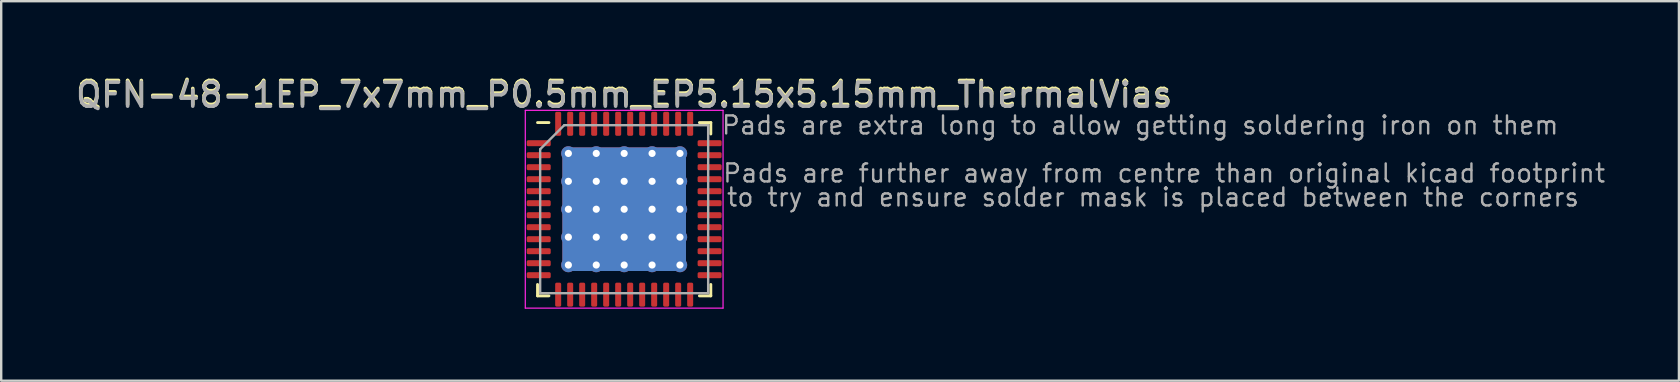
<source format=kicad_pcb>
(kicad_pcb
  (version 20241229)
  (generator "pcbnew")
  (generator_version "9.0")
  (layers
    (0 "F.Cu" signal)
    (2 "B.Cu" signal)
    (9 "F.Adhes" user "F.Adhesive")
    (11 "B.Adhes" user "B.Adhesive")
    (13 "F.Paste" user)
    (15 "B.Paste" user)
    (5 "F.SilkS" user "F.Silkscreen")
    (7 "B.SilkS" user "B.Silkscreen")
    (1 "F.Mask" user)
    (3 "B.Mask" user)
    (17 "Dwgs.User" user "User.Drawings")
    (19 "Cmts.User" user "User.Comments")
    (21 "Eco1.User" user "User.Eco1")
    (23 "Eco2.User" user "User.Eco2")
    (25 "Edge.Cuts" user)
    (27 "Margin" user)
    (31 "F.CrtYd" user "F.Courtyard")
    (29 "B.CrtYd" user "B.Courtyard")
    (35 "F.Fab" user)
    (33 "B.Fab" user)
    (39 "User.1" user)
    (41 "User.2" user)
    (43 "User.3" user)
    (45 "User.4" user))
  (footprint "QFN-48-1EP_7x7mm_P0.5mm_EP5.15x5.15mm_ThermalVias"
    (layer "F.Cu")
    (at 22.958 5.668)
    (property "Reference" "QFN-48-1EP_7x7mm_P0.5mm_EP5.15x5.15mm_ThermalVias" (at 0 -4.82 0) (layer "F.SilkS") (effects (font (size 1 1) (thickness 0.15))))
    (attr smd)
    (fp_line (start -3.61 3.61) (end -3.61 3.135) (stroke (width 0.12) (type solid)) (layer "F.SilkS"))
    (fp_line (start -3.135 -3.61) (end -3.61 -3.61) (stroke (width 0.12) (type solid)) (layer "F.SilkS"))
    (fp_line (start -3.135 3.61) (end -3.61 3.61) (stroke (width 0.12) (type solid)) (layer "F.SilkS"))
    (fp_line (start 3.135 -3.61) (end 3.61 -3.61) (stroke (width 0.12) (type solid)) (layer "F.SilkS"))
    (fp_line (start 3.135 3.61) (end 3.61 3.61) (stroke (width 0.12) (type solid)) (layer "F.SilkS"))
    (fp_line (start 3.61 -3.61) (end 3.61 -3.135) (stroke (width 0.12) (type solid)) (layer "F.SilkS"))
    (fp_line (start 3.61 3.61) (end 3.61 3.135) (stroke (width 0.12) (type solid)) (layer "F.SilkS"))
    (fp_line (start -4.12 -4.12) (end -4.12 4.12) (stroke (width 0.05) (type solid)) (layer "F.CrtYd"))
    (fp_line (start -4.12 4.12) (end 4.12 4.12) (stroke (width 0.05) (type solid)) (layer "F.CrtYd"))
    (fp_line (start 4.12 -4.12) (end -4.12 -4.12) (stroke (width 0.05) (type solid)) (layer "F.CrtYd"))
    (fp_line (start 4.12 4.12) (end 4.12 -4.12) (stroke (width 0.05) (type solid)) (layer "F.CrtYd"))
    (fp_line (start -3.5 -2.5) (end -2.5 -3.5) (stroke (width 0.1) (type solid)) (layer "F.Fab"))
    (fp_line (start -3.5 3.5) (end -3.5 -2.5) (stroke (width 0.1) (type solid)) (layer "F.Fab"))
    (fp_line (start -2.5 -3.5) (end 3.5 -3.5) (stroke (width 0.1) (type solid)) (layer "F.Fab"))
    (fp_line (start 3.5 -3.5) (end 3.5 3.5) (stroke (width 0.1) (type solid)) (layer "F.Fab"))
    (fp_line (start 3.5 3.5) (end -3.5 3.5) (stroke (width 0.1) (type solid)) (layer "F.Fab"))
    (fp_text user "Pads are extra long to allow getting soldering iron on them" (at 21.5 -3.5 0) (layer "F.Fab") (effects (font (size 0.75 0.75) (thickness 0.1))))
    (fp_text user "Pads are further away from centre than original kicad footprint" (at 22.5 -1.5 0) (layer "F.Fab") (effects (font (size 0.75 0.75) (thickness 0.1))))
    (fp_text user " to try and ensure solder mask is placed between the corners" (at 21.75 -0.5 0) (layer "F.Fab") (effects (font (size 0.75 0.75) (thickness 0.1))))
    (fp_text user "${REFERENCE}" (at 0 -4.75 0) (layer "F.Fab") (effects (font (size 1 1) (thickness 0.15))))
    (pad "" smd roundrect (at -1.744 -1.744) (size 0.997 0.997) (layers "F.Paste") (roundrect_rratio 0.25))
    (pad "" smd roundrect (at -1.744 -0.581) (size 0.997 0.997) (layers "F.Paste") (roundrect_rratio 0.25))
    (pad "" smd roundrect (at -1.744 0.581) (size 0.997 0.997) (layers "F.Paste") (roundrect_rratio 0.25))
    (pad "" smd roundrect (at -1.744 1.744) (size 0.997 0.997) (layers "F.Paste") (roundrect_rratio 0.25))
    (pad "" smd roundrect (at -0.581 -1.744) (size 0.997 0.997) (layers "F.Paste") (roundrect_rratio 0.25))
    (pad "" smd roundrect (at -0.581 -0.581) (size 0.997 0.997) (layers "F.Paste") (roundrect_rratio 0.25))
    (pad "" smd roundrect (at -0.581 0.581) (size 0.997 0.997) (layers "F.Paste") (roundrect_rratio 0.25))
    (pad "" smd roundrect (at -0.581 1.744) (size 0.997 0.997) (layers "F.Paste") (roundrect_rratio 0.25))
    (pad "" smd roundrect (at 0.581 -1.744) (size 0.997 0.997) (layers "F.Paste") (roundrect_rratio 0.25))
    (pad "" smd roundrect (at 0.581 -0.581) (size 0.997 0.997) (layers "F.Paste") (roundrect_rratio 0.25))
    (pad "" smd roundrect (at 0.581 0.581) (size 0.997 0.997) (layers "F.Paste") (roundrect_rratio 0.25))
    (pad "" smd roundrect (at 0.581 1.744) (size 0.997 0.997) (layers "F.Paste") (roundrect_rratio 0.25))
    (pad "" smd roundrect (at 1.744 -1.744) (size 0.997 0.997) (layers "F.Paste") (roundrect_rratio 0.25))
    (pad "" smd roundrect (at 1.744 -0.581) (size 0.997 0.997) (layers "F.Paste") (roundrect_rratio 0.25))
    (pad "" smd roundrect (at 1.744 0.581) (size 0.997 0.997) (layers "F.Paste") (roundrect_rratio 0.25))
    (pad "" smd roundrect (at 1.744 1.744) (size 0.997 0.997) (layers "F.Paste") (roundrect_rratio 0.25))
    (pad "1" smd roundrect (at -3.56 -2.75) (size 1 0.25) (layers "F.Cu" "F.Mask" "F.Paste") (roundrect_rratio 0.25))
    (pad "2" smd roundrect (at -3.56 -2.25) (size 1 0.25) (layers "F.Cu" "F.Mask" "F.Paste") (roundrect_rratio 0.25))
    (pad "3" smd roundrect (at -3.56 -1.75) (size 1 0.25) (layers "F.Cu" "F.Mask" "F.Paste") (roundrect_rratio 0.25))
    (pad "4" smd roundrect (at -3.56 -1.25) (size 1 0.25) (layers "F.Cu" "F.Mask" "F.Paste") (roundrect_rratio 0.25))
    (pad "5" smd roundrect (at -3.56 -0.75) (size 1 0.25) (layers "F.Cu" "F.Mask" "F.Paste") (roundrect_rratio 0.25))
    (pad "6" smd roundrect (at -3.56 -0.25) (size 1 0.25) (layers "F.Cu" "F.Mask" "F.Paste") (roundrect_rratio 0.25))
    (pad "7" smd roundrect (at -3.56 0.25) (size 1 0.25) (layers "F.Cu" "F.Mask" "F.Paste") (roundrect_rratio 0.25))
    (pad "8" smd roundrect (at -3.56 0.75) (size 1 0.25) (layers "F.Cu" "F.Mask" "F.Paste") (roundrect_rratio 0.25))
    (pad "9" smd roundrect (at -3.56 1.25) (size 1 0.25) (layers "F.Cu" "F.Mask" "F.Paste") (roundrect_rratio 0.25))
    (pad "10" smd roundrect (at -3.56 1.75) (size 1 0.25) (layers "F.Cu" "F.Mask" "F.Paste") (roundrect_rratio 0.25))
    (pad "11" smd roundrect (at -3.56 2.25) (size 1 0.25) (layers "F.Cu" "F.Mask" "F.Paste") (roundrect_rratio 0.25))
    (pad "12" smd roundrect (at -3.56 2.75) (size 1 0.25) (layers "F.Cu" "F.Mask" "F.Paste") (roundrect_rratio 0.25))
    (pad "13" smd roundrect (at -2.75 3.56) (size 0.25 1) (layers "F.Cu" "F.Mask" "F.Paste") (roundrect_rratio 0.25))
    (pad "14" smd roundrect (at -2.25 3.56) (size 0.25 1) (layers "F.Cu" "F.Mask" "F.Paste") (roundrect_rratio 0.25))
    (pad "15" smd roundrect (at -1.75 3.56) (size 0.25 1) (layers "F.Cu" "F.Mask" "F.Paste") (roundrect_rratio 0.25))
    (pad "16" smd roundrect (at -1.25 3.56) (size 0.25 1) (layers "F.Cu" "F.Mask" "F.Paste") (roundrect_rratio 0.25))
    (pad "17" smd roundrect (at -0.75 3.56) (size 0.25 1) (layers "F.Cu" "F.Mask" "F.Paste") (roundrect_rratio 0.25))
    (pad "18" smd roundrect (at -0.25 3.56) (size 0.25 1) (layers "F.Cu" "F.Mask" "F.Paste") (roundrect_rratio 0.25))
    (pad "19" smd roundrect (at 0.25 3.56) (size 0.25 1) (layers "F.Cu" "F.Mask" "F.Paste") (roundrect_rratio 0.25))
    (pad "20" smd roundrect (at 0.75 3.56) (size 0.25 1) (layers "F.Cu" "F.Mask" "F.Paste") (roundrect_rratio 0.25))
    (pad "21" smd roundrect (at 1.25 3.56) (size 0.25 1) (layers "F.Cu" "F.Mask" "F.Paste") (roundrect_rratio 0.25))
    (pad "22" smd roundrect (at 1.75 3.56) (size 0.25 1) (layers "F.Cu" "F.Mask" "F.Paste") (roundrect_rratio 0.25))
    (pad "23" smd roundrect (at 2.25 3.56) (size 0.25 1) (layers "F.Cu" "F.Mask" "F.Paste") (roundrect_rratio 0.25))
    (pad "24" smd roundrect (at 2.75 3.56) (size 0.25 1) (layers "F.Cu" "F.Mask" "F.Paste") (roundrect_rratio 0.25))
    (pad "25" smd roundrect (at 3.56 2.75) (size 1 0.25) (layers "F.Cu" "F.Mask" "F.Paste") (roundrect_rratio 0.25))
    (pad "26" smd roundrect (at 3.56 2.25) (size 1 0.25) (layers "F.Cu" "F.Mask" "F.Paste") (roundrect_rratio 0.25))
    (pad "27" smd roundrect (at 3.56 1.75) (size 1 0.25) (layers "F.Cu" "F.Mask" "F.Paste") (roundrect_rratio 0.25))
    (pad "28" smd roundrect (at 3.56 1.25) (size 1 0.25) (layers "F.Cu" "F.Mask" "F.Paste") (roundrect_rratio 0.25))
    (pad "29" smd roundrect (at 3.56 0.75) (size 1 0.25) (layers "F.Cu" "F.Mask" "F.Paste") (roundrect_rratio 0.25))
    (pad "30" smd roundrect (at 3.56 0.25) (size 1 0.25) (layers "F.Cu" "F.Mask" "F.Paste") (roundrect_rratio 0.25))
    (pad "31" smd roundrect (at 3.56 -0.25) (size 1 0.25) (layers "F.Cu" "F.Mask" "F.Paste") (roundrect_rratio 0.25))
    (pad "32" smd roundrect (at 3.56 -0.75) (size 1 0.25) (layers "F.Cu" "F.Mask" "F.Paste") (roundrect_rratio 0.25))
    (pad "33" smd roundrect (at 3.56 -1.25) (size 1 0.25) (layers "F.Cu" "F.Mask" "F.Paste") (roundrect_rratio 0.25))
    (pad "34" smd roundrect (at 3.56 -1.75) (size 1 0.25) (layers "F.Cu" "F.Mask" "F.Paste") (roundrect_rratio 0.25))
    (pad "35" smd roundrect (at 3.56 -2.25) (size 1 0.25) (layers "F.Cu" "F.Mask" "F.Paste") (roundrect_rratio 0.25))
    (pad "36" smd roundrect (at 3.56 -2.75) (size 1 0.25) (layers "F.Cu" "F.Mask" "F.Paste") (roundrect_rratio 0.25))
    (pad "37" smd roundrect (at 2.75 -3.56) (size 0.25 1) (layers "F.Cu" "F.Mask" "F.Paste") (roundrect_rratio 0.25))
    (pad "38" smd roundrect (at 2.25 -3.56) (size 0.25 1) (layers "F.Cu" "F.Mask" "F.Paste") (roundrect_rratio 0.25))
    (pad "39" smd roundrect (at 1.75 -3.56) (size 0.25 1) (layers "F.Cu" "F.Mask" "F.Paste") (roundrect_rratio 0.25))
    (pad "40" smd roundrect (at 1.25 -3.56) (size 0.25 1) (layers "F.Cu" "F.Mask" "F.Paste") (roundrect_rratio 0.25))
    (pad "41" smd roundrect (at 0.75 -3.56) (size 0.25 1) (layers "F.Cu" "F.Mask" "F.Paste") (roundrect_rratio 0.25))
    (pad "42" smd roundrect (at 0.25 -3.56) (size 0.25 1) (layers "F.Cu" "F.Mask" "F.Paste") (roundrect_rratio 0.25))
    (pad "43" smd roundrect (at -0.25 -3.56) (size 0.25 1) (layers "F.Cu" "F.Mask" "F.Paste") (roundrect_rratio 0.25))
    (pad "44" smd roundrect (at -0.75 -3.56) (size 0.25 1) (layers "F.Cu" "F.Mask" "F.Paste") (roundrect_rratio 0.25))
    (pad "45" smd roundrect (at -1.25 -3.56) (size 0.25 1) (layers "F.Cu" "F.Mask" "F.Paste") (roundrect_rratio 0.25))
    (pad "46" smd roundrect (at -1.75 -3.56) (size 0.25 1) (layers "F.Cu" "F.Mask" "F.Paste") (roundrect_rratio 0.25))
    (pad "47" smd roundrect (at -2.25 -3.56) (size 0.25 1) (layers "F.Cu" "F.Mask" "F.Paste") (roundrect_rratio 0.25))
    (pad "48" smd roundrect (at -2.75 -3.56) (size 0.25 1) (layers "F.Cu" "F.Mask" "F.Paste") (roundrect_rratio 0.25))
    (pad "49" thru_hole circle (at -2.325 -2.325) (size 0.6 0.6) (drill 0.3) (layers "*.Cu"))
    (pad "49" thru_hole circle (at -2.325 -1.163) (size 0.6 0.6) (drill 0.3) (layers "*.Cu"))
    (pad "49" thru_hole circle (at -2.325 0) (size 0.6 0.6) (drill 0.3) (layers "*.Cu"))
    (pad "49" thru_hole circle (at -2.325 1.163) (size 0.6 0.6) (drill 0.3) (layers "*.Cu"))
    (pad "49" thru_hole circle (at -2.325 2.325) (size 0.6 0.6) (drill 0.3) (layers "*.Cu"))
    (pad "49" thru_hole circle (at -1.163 -2.325) (size 0.6 0.6) (drill 0.3) (layers "*.Cu"))
    (pad "49" thru_hole circle (at -1.163 -1.163) (size 0.6 0.6) (drill 0.3) (layers "*.Cu"))
    (pad "49" thru_hole circle (at -1.163 0) (size 0.6 0.6) (drill 0.3) (layers "*.Cu"))
    (pad "49" thru_hole circle (at -1.163 1.163) (size 0.6 0.6) (drill 0.3) (layers "*.Cu"))
    (pad "49" thru_hole circle (at -1.163 2.325) (size 0.6 0.6) (drill 0.3) (layers "*.Cu"))
    (pad "49" thru_hole circle (at 0 -2.325) (size 0.6 0.6) (drill 0.3) (layers "*.Cu"))
    (pad "49" thru_hole circle (at 0 -1.163) (size 0.6 0.6) (drill 0.3) (layers "*.Cu"))
    (pad "49" thru_hole circle (at 0 0) (size 0.6 0.6) (drill 0.3) (layers "*.Cu"))
    (pad "49" smd roundrect (at 0 0) (size 5.15 5.15) (layers "F.Cu" "F.Mask") (roundrect_rratio 0.049))
    (pad "49" smd roundrect (at 0 0) (size 5.15 5.15) (layers "B.Cu") (roundrect_rratio 0.049))
    (pad "49" thru_hole circle (at 0 1.163) (size 0.6 0.6) (drill 0.3) (layers "*.Cu"))
    (pad "49" thru_hole circle (at 0 2.325) (size 0.6 0.6) (drill 0.3) (layers "*.Cu"))
    (pad "49" thru_hole circle (at 1.163 -2.325) (size 0.6 0.6) (drill 0.3) (layers "*.Cu"))
    (pad "49" thru_hole circle (at 1.163 -1.163) (size 0.6 0.6) (drill 0.3) (layers "*.Cu"))
    (pad "49" thru_hole circle (at 1.163 0) (size 0.6 0.6) (drill 0.3) (layers "*.Cu"))
    (pad "49" thru_hole circle (at 1.163 1.163) (size 0.6 0.6) (drill 0.3) (layers "*.Cu"))
    (pad "49" thru_hole circle (at 1.163 2.325) (size 0.6 0.6) (drill 0.3) (layers "*.Cu"))
    (pad "49" thru_hole circle (at 2.325 -2.325) (size 0.6 0.6) (drill 0.3) (layers "*.Cu"))
    (pad "49" thru_hole circle (at 2.325 -1.163) (size 0.6 0.6) (drill 0.3) (layers "*.Cu"))
    (pad "49" thru_hole circle (at 2.325 0) (size 0.6 0.6) (drill 0.3) (layers "*.Cu"))
    (pad "49" thru_hole circle (at 2.325 1.163) (size 0.6 0.6) (drill 0.3) (layers "*.Cu"))
    (pad "49" thru_hole circle (at 2.325 2.325) (size 0.6 0.6) (drill 0.3) (layers "*.Cu")))
  (gr_rect
    (start -3 -3)
    (end 66.908 12.813)
    (stroke (width 0.1) (type default))
    (fill no)
    (layer "Edge.Cuts")))
</source>
